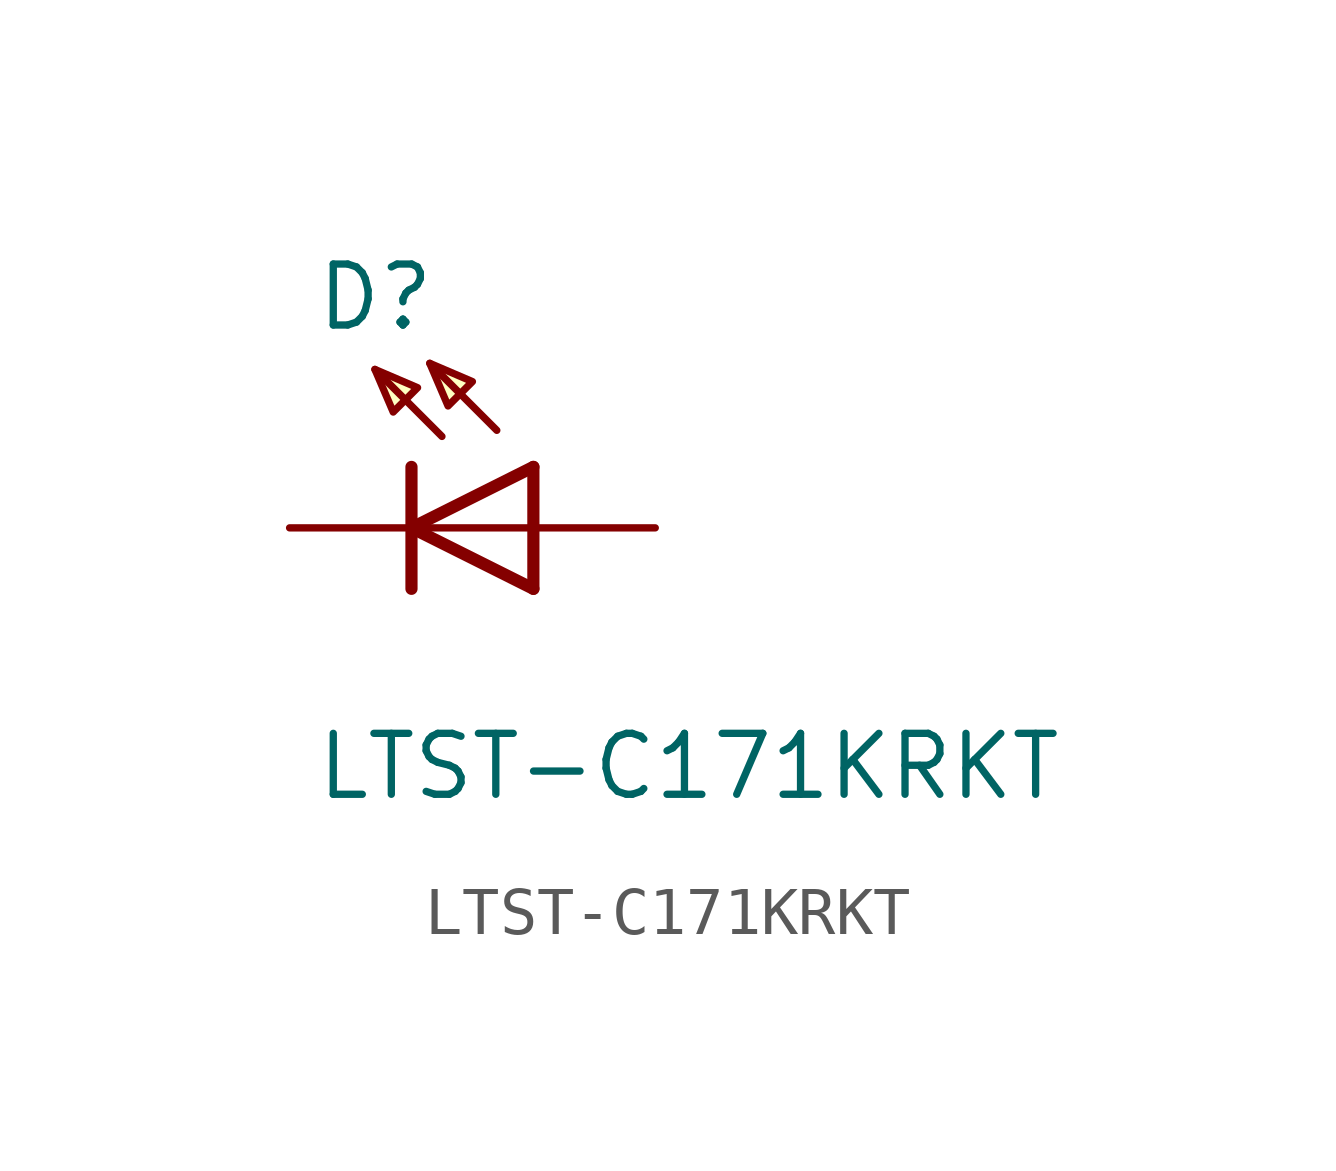
<source format=kicad_sym>
(kicad_symbol_lib
  (version 20211014)
  (generator kicad_symbol_editor)
  (symbol "LTST-C171KRKT"
    (pin_numbers hide)
    (pin_names
      (offset 1.016) hide)
    (property "Reference" "D"
      (at -2.032 4.064 0)
      (effects (font (size 1.27 1.27)) (justify left bottom)))
    (property "Value" "LTST-C171KRKT"
      (at -2.032 -5.715 0)
      (effects (font (size 1.27 1.27)) (justify left bottom)))
    (property "ki_locked" ""
      (at 0 0 0)
      (effects (font (size 1.27 1.27))))
    (symbol "LTST-C171KRKT_0_0"
      (polyline (pts (xy 0 -1.27) (xy 0 0)) (stroke (width 0.254) (type default) (color 0 0 0 0)) (fill (type none)))
      (polyline (pts (xy 0 0) (xy 0 1.27)) (stroke (width 0.254) (type default) (color 0 0 0 0)) (fill (type none)))
      (polyline (pts (xy 0 0) (xy 2.54 1.27)) (stroke (width 0.254) (type default) (color 0 0 0 0)) (fill (type none)))
      (polyline (pts (xy 0.635 1.905) (xy -0.762 3.302)) (stroke (width 0.152) (type default) (color 0 0 0 0)) (fill (type none)))
      (polyline (pts (xy 1.778 2.032) (xy 0.381 3.429)) (stroke (width 0.152) (type default) (color 0 0 0 0)) (fill (type none)))
      (polyline (pts (xy 2.54 -1.27) (xy 0 0)) (stroke (width 0.254) (type default) (color 0 0 0 0)) (fill (type none)))
      (polyline (pts (xy 2.54 -1.27) (xy 2.54 0)) (stroke (width 0.254) (type default) (color 0 0 0 0)) (fill (type none)))
      (polyline (pts (xy 2.54 0) (xy 0 0)) (stroke (width 0.152) (type default) (color 0 0 0 0)) (fill (type none)))
      (polyline (pts (xy 2.54 0) (xy 2.54 1.27)) (stroke (width 0.254) (type default) (color 0 0 0 0)) (fill (type none)))
      (polyline (pts (xy -0.762 3.302) (xy 0.127 2.921) (xy -0.381 2.413) (xy -0.762 3.302)) (stroke (width 0.152) (type default) (color 0 0 0 0)) (fill (type background)))
      (polyline (pts (xy 0.381 3.429) (xy 1.27 3.048) (xy 0.762 2.54) (xy 0.381 3.429)) (stroke (width 0.152) (type default) (color 0 0 0 0)) (fill (type background)))
      (pin passive line (at 5.08 0 180) (length 2.54) (name "~" (effects (font (size 1.016 1.016)))) (number "+" (effects (font (size 1.016 1.016)))))
      (pin passive line (at -2.54 0 0) (length 2.54) (name "~" (effects (font (size 1.016 1.016)))) (number "-" (effects (font (size 1.016 1.016))))))))
</source>
